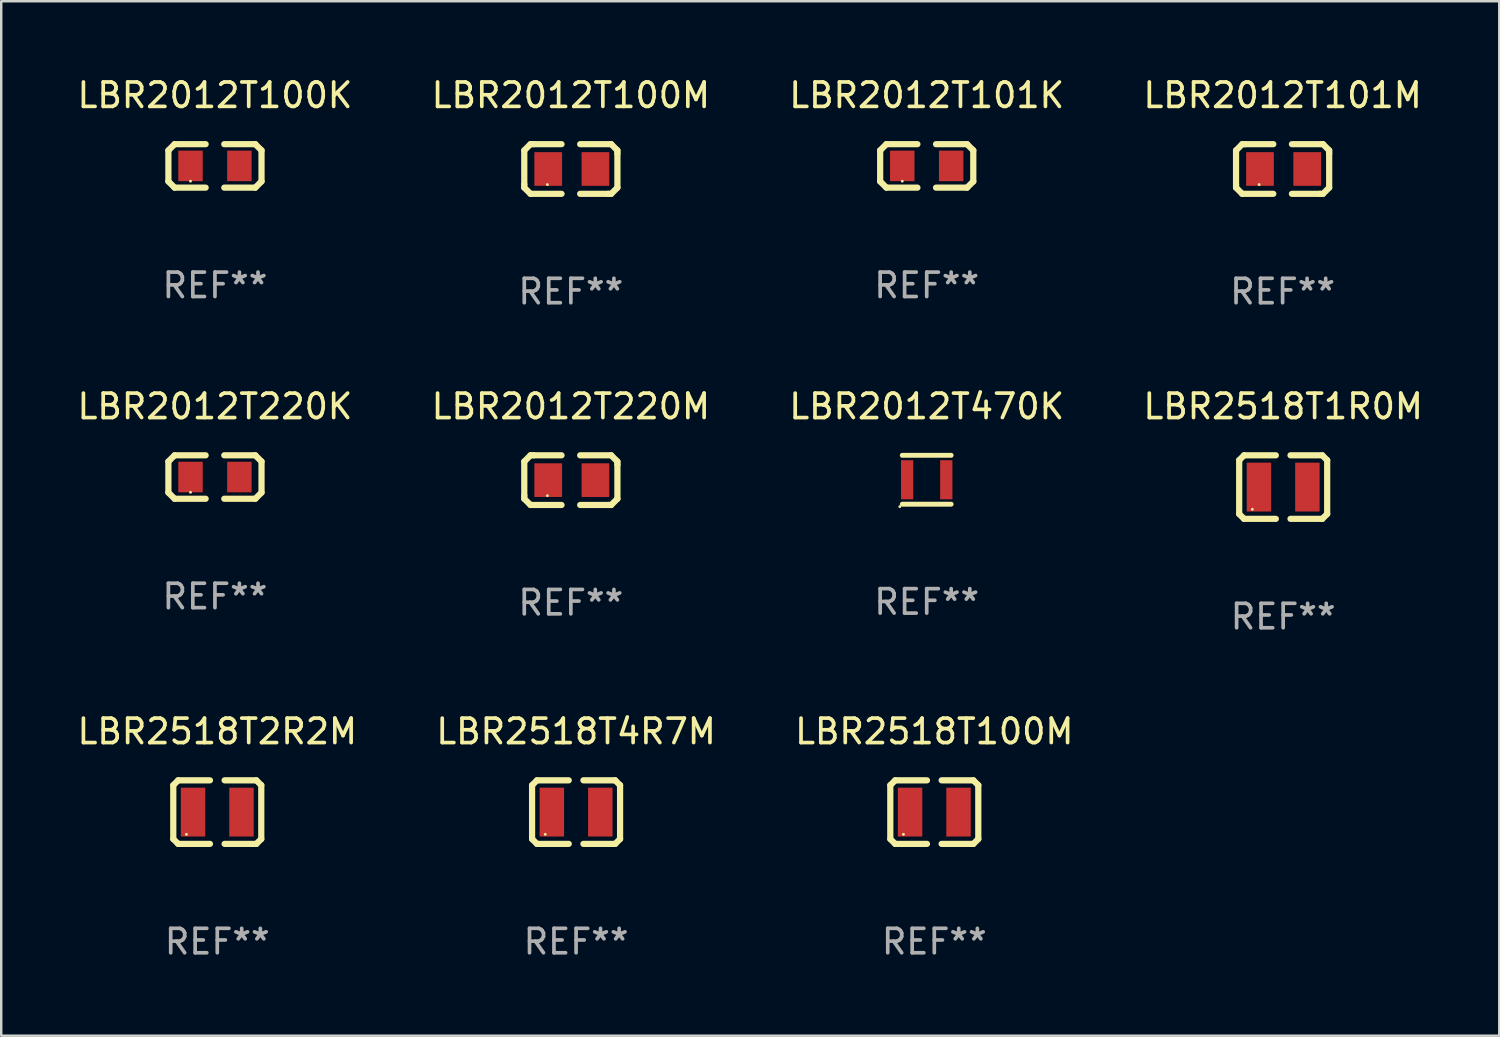
<source format=kicad_pcb>
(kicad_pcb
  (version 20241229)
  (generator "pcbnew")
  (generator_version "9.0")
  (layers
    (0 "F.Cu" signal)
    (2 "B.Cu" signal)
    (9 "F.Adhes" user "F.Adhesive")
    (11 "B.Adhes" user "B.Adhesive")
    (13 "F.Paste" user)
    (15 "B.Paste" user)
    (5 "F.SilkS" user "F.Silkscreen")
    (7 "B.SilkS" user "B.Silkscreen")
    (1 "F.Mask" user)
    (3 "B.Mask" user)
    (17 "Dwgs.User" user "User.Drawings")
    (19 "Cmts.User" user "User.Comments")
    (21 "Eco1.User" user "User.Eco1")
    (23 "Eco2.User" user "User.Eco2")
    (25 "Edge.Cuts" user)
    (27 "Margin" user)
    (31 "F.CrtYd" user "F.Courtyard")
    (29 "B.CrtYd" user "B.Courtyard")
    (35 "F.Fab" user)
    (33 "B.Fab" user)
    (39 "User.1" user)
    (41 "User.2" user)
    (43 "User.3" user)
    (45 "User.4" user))
  (footprint "LBR2012T101K"
    (layer "F.Cu")
    (at 34.863 3.737)
    (property "Reference" "LBR2012T101K" (at 0 -2.889 0) (layer "F.SilkS") (effects (font (size 1 1) (thickness 0.15))))
    (attr through_hole)
    (fp_line (start -1.905 -0.635) (end -1.651 -0.889) (stroke (width 0.254) (type solid)) (layer "F.SilkS"))
    (fp_line (start -1.905 0.635) (end -1.905 -0.635) (stroke (width 0.254) (type solid)) (layer "F.SilkS"))
    (fp_line (start -1.651 -0.889) (end -0.381 -0.889) (stroke (width 0.254) (type solid)) (layer "F.SilkS"))
    (fp_line (start -1.651 0.889) (end -1.905 0.635) (stroke (width 0.254) (type solid)) (layer "F.SilkS"))
    (fp_line (start -0.381 0.889) (end -1.651 0.889) (stroke (width 0.254) (type solid)) (layer "F.SilkS"))
    (fp_line (start 0.381 -0.889) (end 1.651 -0.889) (stroke (width 0.254) (type solid)) (layer "F.SilkS"))
    (fp_line (start 1.651 -0.889) (end 1.905 -0.635) (stroke (width 0.254) (type solid)) (layer "F.SilkS"))
    (fp_line (start 1.651 0.889) (end 0.381 0.889) (stroke (width 0.254) (type solid)) (layer "F.SilkS"))
    (fp_line (start 1.905 -0.635) (end 1.905 0.635) (stroke (width 0.254) (type solid)) (layer "F.SilkS"))
    (fp_line (start 1.905 0.635) (end 1.651 0.889) (stroke (width 0.254) (type solid)) (layer "F.SilkS"))
    (fp_circle (center -1 0.625) (end -0.97 0.625) (stroke (width 0.06) (type solid)) (fill no) (layer "F.SilkS"))
    (fp_text user "REF**" (at 0 4.889 0) (layer "F.Fab") (effects (font (size 1 1) (thickness 0.15))))
    (pad "1" smd rect (at -1 0 180) (size 1 1.25) (layers "F.Cu" "F.Mask" "F.Paste"))
    (pad "2" smd rect (at 1 0) (size 1 1.25) (layers "F.Cu" "F.Mask" "F.Paste")))
  (footprint "LBR2518T4R7M"
    (layer "F.Cu")
    (at 20.518 30.174)
    (property "Reference" "LBR2518T4R7M" (at 0 -3.3 0) (layer "F.SilkS") (effects (font (size 1 1) (thickness 0.15))))
    (attr through_hole)
    (fp_line (start -1.8 -1.1) (end -1.8 1.1) (stroke (width 0.254) (type solid)) (layer "F.SilkS"))
    (fp_line (start -1.8 1.1) (end -1.6 1.3) (stroke (width 0.254) (type solid)) (layer "F.SilkS"))
    (fp_line (start -1.6 -1.3) (end -1.8 -1.1) (stroke (width 0.254) (type solid)) (layer "F.SilkS"))
    (fp_line (start -1.6 1.3) (end -0.3 1.3) (stroke (width 0.254) (type solid)) (layer "F.SilkS"))
    (fp_line (start -0.3 -1.3) (end -1.6 -1.3) (stroke (width 0.254) (type solid)) (layer "F.SilkS"))
    (fp_line (start 0.3 1.3) (end 1.6 1.3) (stroke (width 0.254) (type solid)) (layer "F.SilkS"))
    (fp_line (start 1.6 -1.3) (end 0.3 -1.3) (stroke (width 0.254) (type solid)) (layer "F.SilkS"))
    (fp_line (start 1.6 1.3) (end 1.8 1.1) (stroke (width 0.254) (type solid)) (layer "F.SilkS"))
    (fp_line (start 1.8 -1.1) (end 1.6 -1.3) (stroke (width 0.254) (type solid)) (layer "F.SilkS"))
    (fp_line (start 1.8 1.1) (end 1.8 -1.1) (stroke (width 0.254) (type solid)) (layer "F.SilkS"))
    (fp_circle (center -1.262 0.909) (end -1.232 0.909) (stroke (width 0.06) (type solid)) (fill no) (layer "F.SilkS"))
    (fp_text user "REF**" (at 0 5.3 0) (layer "F.Fab") (effects (font (size 1 1) (thickness 0.15))))
    (pad "1" smd rect (at -0.991 -0.00014 90) (size 1.999 1) (layers "F.Cu" "F.Mask" "F.Paste"))
    (pad "2" smd rect (at 0.991 -0.00014 90) (size 1.999 1) (layers "F.Cu" "F.Mask" "F.Paste")))
  (footprint "LBR2012T101M"
    (layer "F.Cu")
    (at 49.423 3.864)
    (property "Reference" "LBR2012T101M" (at 0 -3.016 0) (layer "F.SilkS") (effects (font (size 1 1) (thickness 0.15))))
    (attr through_hole)
    (fp_line (start -1.905 -0.762) (end -1.905 0.635) (stroke (width 0.254) (type solid)) (layer "F.SilkS"))
    (fp_line (start -1.905 0.635) (end -1.905 0.762) (stroke (width 0.254) (type solid)) (layer "F.SilkS"))
    (fp_line (start -1.905 0.762) (end -1.651 1.016) (stroke (width 0.254) (type solid)) (layer "F.SilkS"))
    (fp_line (start -1.651 -1.016) (end -1.905 -0.762) (stroke (width 0.254) (type solid)) (layer "F.SilkS"))
    (fp_line (start -1.651 1.016) (end -0.381 1.016) (stroke (width 0.254) (type solid)) (layer "F.SilkS"))
    (fp_line (start -1.524 -1.016) (end -1.651 -1.016) (stroke (width 0.254) (type solid)) (layer "F.SilkS"))
    (fp_line (start -0.381 -1.016) (end -1.524 -1.016) (stroke (width 0.254) (type solid)) (layer "F.SilkS"))
    (fp_line (start 0.381 1.016) (end 1.524 1.016) (stroke (width 0.254) (type solid)) (layer "F.SilkS"))
    (fp_line (start 1.524 1.016) (end 1.651 1.016) (stroke (width 0.254) (type solid)) (layer "F.SilkS"))
    (fp_line (start 1.651 -1.016) (end 0.381 -1.016) (stroke (width 0.254) (type solid)) (layer "F.SilkS"))
    (fp_line (start 1.651 1.016) (end 1.905 0.762) (stroke (width 0.254) (type solid)) (layer "F.SilkS"))
    (fp_line (start 1.905 -0.762) (end 1.651 -1.016) (stroke (width 0.254) (type solid)) (layer "F.SilkS"))
    (fp_line (start 1.905 -0.635) (end 1.905 -0.762) (stroke (width 0.254) (type solid)) (layer "F.SilkS"))
    (fp_line (start 1.905 0.762) (end 1.905 -0.635) (stroke (width 0.254) (type solid)) (layer "F.SilkS"))
    (fp_circle (center -0.96 0.637) (end -0.93 0.637) (stroke (width 0.06) (type solid)) (fill no) (layer "F.SilkS"))
    (fp_text user "REF**" (at 0 5.016 0) (layer "F.Fab") (effects (font (size 1 1) (thickness 0.15))))
    (pad "1" smd rect (at -0.926 -0.000051) (size 1.133 1.377) (layers "F.Cu" "F.Mask" "F.Paste"))
    (pad "2" smd rect (at 1.006 -0.000051) (size 1.133 1.377) (layers "F.Cu" "F.Mask" "F.Paste")))
  (footprint "LBR2518T1R0M"
    (layer "F.Cu")
    (at 49.446 16.877)
    (property "Reference" "LBR2518T1R0M" (at 0 -3.3 0) (layer "F.SilkS") (effects (font (size 1 1) (thickness 0.15))))
    (attr through_hole)
    (fp_line (start -1.8 -1.1) (end -1.8 1.1) (stroke (width 0.254) (type solid)) (layer "F.SilkS"))
    (fp_line (start -1.8 1.1) (end -1.6 1.3) (stroke (width 0.254) (type solid)) (layer "F.SilkS"))
    (fp_line (start -1.6 -1.3) (end -1.8 -1.1) (stroke (width 0.254) (type solid)) (layer "F.SilkS"))
    (fp_line (start -1.6 1.3) (end -0.3 1.3) (stroke (width 0.254) (type solid)) (layer "F.SilkS"))
    (fp_line (start -0.3 -1.3) (end -1.6 -1.3) (stroke (width 0.254) (type solid)) (layer "F.SilkS"))
    (fp_line (start 0.3 1.3) (end 1.6 1.3) (stroke (width 0.254) (type solid)) (layer "F.SilkS"))
    (fp_line (start 1.6 -1.3) (end 0.3 -1.3) (stroke (width 0.254) (type solid)) (layer "F.SilkS"))
    (fp_line (start 1.6 1.3) (end 1.8 1.1) (stroke (width 0.254) (type solid)) (layer "F.SilkS"))
    (fp_line (start 1.8 -1.1) (end 1.6 -1.3) (stroke (width 0.254) (type solid)) (layer "F.SilkS"))
    (fp_line (start 1.8 1.1) (end 1.8 -1.1) (stroke (width 0.254) (type solid)) (layer "F.SilkS"))
    (fp_circle (center -1.262 0.909) (end -1.232 0.909) (stroke (width 0.06) (type solid)) (fill no) (layer "F.SilkS"))
    (fp_text user "REF**" (at 0 5.3 0) (layer "F.Fab") (effects (font (size 1 1) (thickness 0.15))))
    (pad "1" smd rect (at -0.991 -0.00014 90) (size 1.999 1) (layers "F.Cu" "F.Mask" "F.Paste"))
    (pad "2" smd rect (at 0.991 -0.00014 90) (size 1.999 1) (layers "F.Cu" "F.Mask" "F.Paste")))
  (footprint "LBR2518T2R2M"
    (layer "F.Cu")
    (at 5.839 30.174)
    (property "Reference" "LBR2518T2R2M" (at 0 -3.3 0) (layer "F.SilkS") (effects (font (size 1 1) (thickness 0.15))))
    (attr through_hole)
    (fp_line (start -1.8 -1.1) (end -1.8 1.1) (stroke (width 0.254) (type solid)) (layer "F.SilkS"))
    (fp_line (start -1.8 1.1) (end -1.6 1.3) (stroke (width 0.254) (type solid)) (layer "F.SilkS"))
    (fp_line (start -1.6 -1.3) (end -1.8 -1.1) (stroke (width 0.254) (type solid)) (layer "F.SilkS"))
    (fp_line (start -1.6 1.3) (end -0.3 1.3) (stroke (width 0.254) (type solid)) (layer "F.SilkS"))
    (fp_line (start -0.3 -1.3) (end -1.6 -1.3) (stroke (width 0.254) (type solid)) (layer "F.SilkS"))
    (fp_line (start 0.3 1.3) (end 1.6 1.3) (stroke (width 0.254) (type solid)) (layer "F.SilkS"))
    (fp_line (start 1.6 -1.3) (end 0.3 -1.3) (stroke (width 0.254) (type solid)) (layer "F.SilkS"))
    (fp_line (start 1.6 1.3) (end 1.8 1.1) (stroke (width 0.254) (type solid)) (layer "F.SilkS"))
    (fp_line (start 1.8 -1.1) (end 1.6 -1.3) (stroke (width 0.254) (type solid)) (layer "F.SilkS"))
    (fp_line (start 1.8 1.1) (end 1.8 -1.1) (stroke (width 0.254) (type solid)) (layer "F.SilkS"))
    (fp_circle (center -1.262 0.909) (end -1.232 0.909) (stroke (width 0.06) (type solid)) (fill no) (layer "F.SilkS"))
    (fp_text user "REF**" (at 0 5.3 0) (layer "F.Fab") (effects (font (size 1 1) (thickness 0.15))))
    (pad "1" smd rect (at -0.991 -0.00014 90) (size 1.999 1) (layers "F.Cu" "F.Mask" "F.Paste"))
    (pad "2" smd rect (at 0.991 -0.00014 90) (size 1.999 1) (layers "F.Cu" "F.Mask" "F.Paste")))
  (footprint "LBR2012T100K"
    (layer "F.Cu")
    (at 5.744 3.737)
    (property "Reference" "LBR2012T100K" (at 0 -2.889 0) (layer "F.SilkS") (effects (font (size 1 1) (thickness 0.15))))
    (attr through_hole)
    (fp_line (start -1.905 -0.635) (end -1.651 -0.889) (stroke (width 0.254) (type solid)) (layer "F.SilkS"))
    (fp_line (start -1.905 0.635) (end -1.905 -0.635) (stroke (width 0.254) (type solid)) (layer "F.SilkS"))
    (fp_line (start -1.651 -0.889) (end -0.381 -0.889) (stroke (width 0.254) (type solid)) (layer "F.SilkS"))
    (fp_line (start -1.651 0.889) (end -1.905 0.635) (stroke (width 0.254) (type solid)) (layer "F.SilkS"))
    (fp_line (start -0.381 0.889) (end -1.651 0.889) (stroke (width 0.254) (type solid)) (layer "F.SilkS"))
    (fp_line (start 0.381 -0.889) (end 1.651 -0.889) (stroke (width 0.254) (type solid)) (layer "F.SilkS"))
    (fp_line (start 1.651 -0.889) (end 1.905 -0.635) (stroke (width 0.254) (type solid)) (layer "F.SilkS"))
    (fp_line (start 1.651 0.889) (end 0.381 0.889) (stroke (width 0.254) (type solid)) (layer "F.SilkS"))
    (fp_line (start 1.905 -0.635) (end 1.905 0.635) (stroke (width 0.254) (type solid)) (layer "F.SilkS"))
    (fp_line (start 1.905 0.635) (end 1.651 0.889) (stroke (width 0.254) (type solid)) (layer "F.SilkS"))
    (fp_circle (center -1 0.625) (end -0.97 0.625) (stroke (width 0.06) (type solid)) (fill no) (layer "F.SilkS"))
    (fp_text user "REF**" (at 0 4.889 0) (layer "F.Fab") (effects (font (size 1 1) (thickness 0.15))))
    (pad "1" smd rect (at -1 0 180) (size 1 1.25) (layers "F.Cu" "F.Mask" "F.Paste"))
    (pad "2" smd rect (at 1 0) (size 1 1.25) (layers "F.Cu" "F.Mask" "F.Paste")))
  (footprint "LBR2518T100M"
    (layer "F.Cu")
    (at 35.173 30.174)
    (property "Reference" "LBR2518T100M" (at 0 -3.3 0) (layer "F.SilkS") (effects (font (size 1 1) (thickness 0.15))))
    (attr through_hole)
    (fp_line (start -1.8 -1.1) (end -1.8 1.1) (stroke (width 0.254) (type solid)) (layer "F.SilkS"))
    (fp_line (start -1.8 1.1) (end -1.6 1.3) (stroke (width 0.254) (type solid)) (layer "F.SilkS"))
    (fp_line (start -1.6 -1.3) (end -1.8 -1.1) (stroke (width 0.254) (type solid)) (layer "F.SilkS"))
    (fp_line (start -1.6 1.3) (end -0.3 1.3) (stroke (width 0.254) (type solid)) (layer "F.SilkS"))
    (fp_line (start -0.3 -1.3) (end -1.6 -1.3) (stroke (width 0.254) (type solid)) (layer "F.SilkS"))
    (fp_line (start 0.3 1.3) (end 1.6 1.3) (stroke (width 0.254) (type solid)) (layer "F.SilkS"))
    (fp_line (start 1.6 -1.3) (end 0.3 -1.3) (stroke (width 0.254) (type solid)) (layer "F.SilkS"))
    (fp_line (start 1.6 1.3) (end 1.8 1.1) (stroke (width 0.254) (type solid)) (layer "F.SilkS"))
    (fp_line (start 1.8 -1.1) (end 1.6 -1.3) (stroke (width 0.254) (type solid)) (layer "F.SilkS"))
    (fp_line (start 1.8 1.1) (end 1.8 -1.1) (stroke (width 0.254) (type solid)) (layer "F.SilkS"))
    (fp_circle (center -1.262 0.909) (end -1.232 0.909) (stroke (width 0.06) (type solid)) (fill no) (layer "F.SilkS"))
    (fp_text user "REF**" (at 0 5.3 0) (layer "F.Fab") (effects (font (size 1 1) (thickness 0.15))))
    (pad "1" smd rect (at -0.991 -0.00014 90) (size 1.999 1) (layers "F.Cu" "F.Mask" "F.Paste"))
    (pad "2" smd rect (at 0.991 -0.00014 90) (size 1.999 1) (layers "F.Cu" "F.Mask" "F.Paste")))
  (footprint "LBR2012T220K"
    (layer "F.Cu")
    (at 5.744 16.466)
    (property "Reference" "LBR2012T220K" (at 0 -2.889 0) (layer "F.SilkS") (effects (font (size 1 1) (thickness 0.15))))
    (attr through_hole)
    (fp_line (start -1.905 -0.635) (end -1.651 -0.889) (stroke (width 0.254) (type solid)) (layer "F.SilkS"))
    (fp_line (start -1.905 0.635) (end -1.905 -0.635) (stroke (width 0.254) (type solid)) (layer "F.SilkS"))
    (fp_line (start -1.651 -0.889) (end -0.381 -0.889) (stroke (width 0.254) (type solid)) (layer "F.SilkS"))
    (fp_line (start -1.651 0.889) (end -1.905 0.635) (stroke (width 0.254) (type solid)) (layer "F.SilkS"))
    (fp_line (start -0.381 0.889) (end -1.651 0.889) (stroke (width 0.254) (type solid)) (layer "F.SilkS"))
    (fp_line (start 0.381 -0.889) (end 1.651 -0.889) (stroke (width 0.254) (type solid)) (layer "F.SilkS"))
    (fp_line (start 1.651 -0.889) (end 1.905 -0.635) (stroke (width 0.254) (type solid)) (layer "F.SilkS"))
    (fp_line (start 1.651 0.889) (end 0.381 0.889) (stroke (width 0.254) (type solid)) (layer "F.SilkS"))
    (fp_line (start 1.905 -0.635) (end 1.905 0.635) (stroke (width 0.254) (type solid)) (layer "F.SilkS"))
    (fp_line (start 1.905 0.635) (end 1.651 0.889) (stroke (width 0.254) (type solid)) (layer "F.SilkS"))
    (fp_circle (center -1 0.625) (end -0.97 0.625) (stroke (width 0.06) (type solid)) (fill no) (layer "F.SilkS"))
    (fp_text user "REF**" (at 0 4.889 0) (layer "F.Fab") (effects (font (size 1 1) (thickness 0.15))))
    (pad "1" smd rect (at -1 0 180) (size 1 1.25) (layers "F.Cu" "F.Mask" "F.Paste"))
    (pad "2" smd rect (at 1 0) (size 1 1.25) (layers "F.Cu" "F.Mask" "F.Paste")))
  (footprint "LBR2012T220M"
    (layer "F.Cu")
    (at 20.304 16.593)
    (property "Reference" "LBR2012T220M" (at 0 -3.016 0) (layer "F.SilkS") (effects (font (size 1 1) (thickness 0.15))))
    (attr through_hole)
    (fp_line (start -1.905 -0.762) (end -1.905 0.635) (stroke (width 0.254) (type solid)) (layer "F.SilkS"))
    (fp_line (start -1.905 0.635) (end -1.905 0.762) (stroke (width 0.254) (type solid)) (layer "F.SilkS"))
    (fp_line (start -1.905 0.762) (end -1.651 1.016) (stroke (width 0.254) (type solid)) (layer "F.SilkS"))
    (fp_line (start -1.651 -1.016) (end -1.905 -0.762) (stroke (width 0.254) (type solid)) (layer "F.SilkS"))
    (fp_line (start -1.651 1.016) (end -0.381 1.016) (stroke (width 0.254) (type solid)) (layer "F.SilkS"))
    (fp_line (start -1.524 -1.016) (end -1.651 -1.016) (stroke (width 0.254) (type solid)) (layer "F.SilkS"))
    (fp_line (start -0.381 -1.016) (end -1.524 -1.016) (stroke (width 0.254) (type solid)) (layer "F.SilkS"))
    (fp_line (start 0.381 1.016) (end 1.524 1.016) (stroke (width 0.254) (type solid)) (layer "F.SilkS"))
    (fp_line (start 1.524 1.016) (end 1.651 1.016) (stroke (width 0.254) (type solid)) (layer "F.SilkS"))
    (fp_line (start 1.651 -1.016) (end 0.381 -1.016) (stroke (width 0.254) (type solid)) (layer "F.SilkS"))
    (fp_line (start 1.651 1.016) (end 1.905 0.762) (stroke (width 0.254) (type solid)) (layer "F.SilkS"))
    (fp_line (start 1.905 -0.762) (end 1.651 -1.016) (stroke (width 0.254) (type solid)) (layer "F.SilkS"))
    (fp_line (start 1.905 -0.635) (end 1.905 -0.762) (stroke (width 0.254) (type solid)) (layer "F.SilkS"))
    (fp_line (start 1.905 0.762) (end 1.905 -0.635) (stroke (width 0.254) (type solid)) (layer "F.SilkS"))
    (fp_circle (center -0.96 0.637) (end -0.93 0.637) (stroke (width 0.06) (type solid)) (fill no) (layer "F.SilkS"))
    (fp_text user "REF**" (at 0 5.016 0) (layer "F.Fab") (effects (font (size 1 1) (thickness 0.15))))
    (pad "1" smd rect (at -0.926 -0.000051) (size 1.133 1.377) (layers "F.Cu" "F.Mask" "F.Paste"))
    (pad "2" smd rect (at 1.006 -0.000051) (size 1.133 1.377) (layers "F.Cu" "F.Mask" "F.Paste")))
  (footprint "LBR2012T100M"
    (layer "F.Cu")
    (at 20.304 3.864)
    (property "Reference" "LBR2012T100M" (at 0 -3.016 0) (layer "F.SilkS") (effects (font (size 1 1) (thickness 0.15))))
    (attr through_hole)
    (fp_line (start -1.905 -0.762) (end -1.905 0.635) (stroke (width 0.254) (type solid)) (layer "F.SilkS"))
    (fp_line (start -1.905 0.635) (end -1.905 0.762) (stroke (width 0.254) (type solid)) (layer "F.SilkS"))
    (fp_line (start -1.905 0.762) (end -1.651 1.016) (stroke (width 0.254) (type solid)) (layer "F.SilkS"))
    (fp_line (start -1.651 -1.016) (end -1.905 -0.762) (stroke (width 0.254) (type solid)) (layer "F.SilkS"))
    (fp_line (start -1.651 1.016) (end -0.381 1.016) (stroke (width 0.254) (type solid)) (layer "F.SilkS"))
    (fp_line (start -1.524 -1.016) (end -1.651 -1.016) (stroke (width 0.254) (type solid)) (layer "F.SilkS"))
    (fp_line (start -0.381 -1.016) (end -1.524 -1.016) (stroke (width 0.254) (type solid)) (layer "F.SilkS"))
    (fp_line (start 0.381 1.016) (end 1.524 1.016) (stroke (width 0.254) (type solid)) (layer "F.SilkS"))
    (fp_line (start 1.524 1.016) (end 1.651 1.016) (stroke (width 0.254) (type solid)) (layer "F.SilkS"))
    (fp_line (start 1.651 -1.016) (end 0.381 -1.016) (stroke (width 0.254) (type solid)) (layer "F.SilkS"))
    (fp_line (start 1.651 1.016) (end 1.905 0.762) (stroke (width 0.254) (type solid)) (layer "F.SilkS"))
    (fp_line (start 1.905 -0.762) (end 1.651 -1.016) (stroke (width 0.254) (type solid)) (layer "F.SilkS"))
    (fp_line (start 1.905 -0.635) (end 1.905 -0.762) (stroke (width 0.254) (type solid)) (layer "F.SilkS"))
    (fp_line (start 1.905 0.762) (end 1.905 -0.635) (stroke (width 0.254) (type solid)) (layer "F.SilkS"))
    (fp_circle (center -0.96 0.637) (end -0.93 0.637) (stroke (width 0.06) (type solid)) (fill no) (layer "F.SilkS"))
    (fp_text user "REF**" (at 0 5.016 0) (layer "F.Fab") (effects (font (size 1 1) (thickness 0.15))))
    (pad "1" smd rect (at -0.926 -0.000051) (size 1.133 1.377) (layers "F.Cu" "F.Mask" "F.Paste"))
    (pad "2" smd rect (at 1.006 -0.000051) (size 1.133 1.377) (layers "F.Cu" "F.Mask" "F.Paste")))
  (footprint "LBR2012T470K"
    (layer "F.Cu")
    (at 34.863 16.577)
    (property "Reference" "LBR2012T470K" (at 0 -3 0) (layer "F.SilkS") (effects (font (size 1 1) (thickness 0.15))))
    (attr through_hole)
    (fp_line (start -1 -1) (end 1 -1) (stroke (width 0.2) (type solid)) (layer "F.SilkS"))
    (fp_line (start -1 1) (end 1 1) (stroke (width 0.2) (type solid)) (layer "F.SilkS"))
    (fp_circle (center -1.1 1.1) (end -1.07 1.1) (stroke (width 0.06) (type solid)) (fill no) (layer "F.SilkS"))
    (fp_text user "REF**" (at 0 5 0) (layer "F.Fab") (effects (font (size 1 1) (thickness 0.15))))
    (pad "1" smd rect (at -0.8 0) (size 0.5 1.6) (layers "F.Cu" "F.Mask" "F.Paste"))
    (pad "2" smd rect (at 0.8 0) (size 0.5 1.6) (layers "F.Cu" "F.Mask" "F.Paste")))
  (gr_rect
    (start -3 -3)
    (end 58.286 39.322)
    (stroke (width 0.1) (type default))
    (fill no)
    (layer "Edge.Cuts")))
</source>
